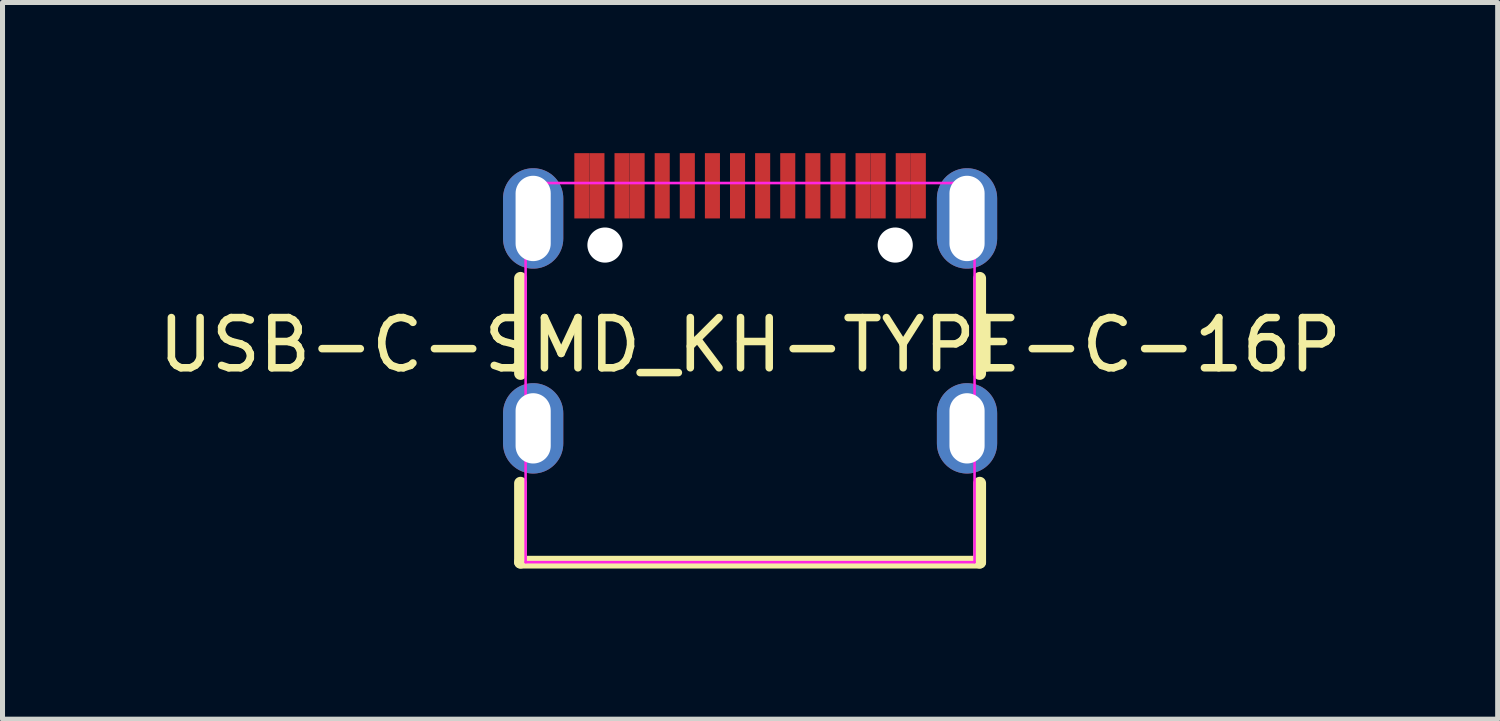
<source format=kicad_pcb>
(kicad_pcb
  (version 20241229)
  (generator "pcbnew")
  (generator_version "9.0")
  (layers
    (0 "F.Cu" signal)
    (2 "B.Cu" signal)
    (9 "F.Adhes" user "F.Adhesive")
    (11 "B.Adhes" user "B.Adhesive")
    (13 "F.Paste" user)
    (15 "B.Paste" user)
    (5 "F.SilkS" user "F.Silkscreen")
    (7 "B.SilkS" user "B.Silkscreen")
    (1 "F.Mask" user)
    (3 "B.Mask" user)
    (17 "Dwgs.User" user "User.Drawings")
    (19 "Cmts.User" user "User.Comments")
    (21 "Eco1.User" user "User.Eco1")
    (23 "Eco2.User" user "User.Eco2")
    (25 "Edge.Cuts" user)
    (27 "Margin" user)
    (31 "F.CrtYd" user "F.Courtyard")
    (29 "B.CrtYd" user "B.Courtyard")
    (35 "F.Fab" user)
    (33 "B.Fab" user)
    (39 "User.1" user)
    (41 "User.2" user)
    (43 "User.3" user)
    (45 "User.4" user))
  (footprint "USB-C-SMD_KH-TYPE-C-16P"
    (layer "F.Cu")
    (at 11.887 3.065)
    (property "Reference" "USB-C-SMD_KH-TYPE-C-16P" (at 0 0.754 0) (layer "F.SilkS") (effects (font (size 1 1) (thickness 0.15))))
    (attr through_hole)
    (fp_line (start -4.572 -0.573) (end -4.572 1.323) (stroke (width 0.254) (type solid)) (layer "F.SilkS"))
    (fp_line (start -4.572 3.507) (end -4.572 5.08) (stroke (width 0.254) (type solid)) (layer "F.SilkS"))
    (fp_line (start -4.572 5.08) (end 4.572 5.08) (stroke (width 0.254) (type solid)) (layer "F.SilkS"))
    (fp_line (start 4.572 1.323) (end 4.572 -0.573) (stroke (width 0.254) (type solid)) (layer "F.SilkS"))
    (fp_line (start 4.572 5.08) (end 4.572 3.507) (stroke (width 0.254) (type solid)) (layer "F.SilkS"))
    (fp_poly (pts (xy -3.45 -3.01) (xy -2.95 -3.01) (xy -2.95 -1.82) (xy -3.45 -1.82)) (stroke (width 0.005) (type solid)) (fill yes) (layer "F.Paste"))
    (fp_poly (pts (xy -2.65 -3.01) (xy -2.15 -3.01) (xy -2.15 -1.82) (xy -2.65 -1.82)) (stroke (width 0.005) (type solid)) (fill yes) (layer "F.Paste"))
    (fp_poly (pts (xy -1.9 -3.06) (xy -1.6 -3.06) (xy -1.6 -1.77) (xy -1.9 -1.77)) (stroke (width 0.005) (type solid)) (fill yes) (layer "F.Paste"))
    (fp_poly (pts (xy -1.4 -3.06) (xy -1.1 -3.06) (xy -1.1 -1.77) (xy -1.4 -1.77)) (stroke (width 0.005) (type solid)) (fill yes) (layer "F.Paste"))
    (fp_poly (pts (xy -0.9 -3.06) (xy -0.6 -3.06) (xy -0.6 -1.77) (xy -0.9 -1.77)) (stroke (width 0.005) (type solid)) (fill yes) (layer "F.Paste"))
    (fp_poly (pts (xy -0.4 -3.06) (xy -0.1 -3.06) (xy -0.1 -1.77) (xy -0.4 -1.77)) (stroke (width 0.005) (type solid)) (fill yes) (layer "F.Paste"))
    (fp_poly (pts (xy 0.1 -3.06) (xy 0.4 -3.06) (xy 0.4 -1.77) (xy 0.1 -1.77)) (stroke (width 0.005) (type solid)) (fill yes) (layer "F.Paste"))
    (fp_poly (pts (xy 0.6 -3.06) (xy 0.9 -3.06) (xy 0.9 -1.77) (xy 0.6 -1.77)) (stroke (width 0.005) (type solid)) (fill yes) (layer "F.Paste"))
    (fp_poly (pts (xy 1.1 -3.06) (xy 1.4 -3.06) (xy 1.4 -1.77) (xy 1.1 -1.77)) (stroke (width 0.005) (type solid)) (fill yes) (layer "F.Paste"))
    (fp_poly (pts (xy 1.6 -3.06) (xy 1.9 -3.06) (xy 1.9 -1.77) (xy 1.6 -1.77)) (stroke (width 0.005) (type solid)) (fill yes) (layer "F.Paste"))
    (fp_poly (pts (xy 2.15 -3.01) (xy 2.65 -3.01) (xy 2.65 -1.82) (xy 2.15 -1.82)) (stroke (width 0.005) (type solid)) (fill yes) (layer "F.Paste"))
    (fp_poly (pts (xy 2.95 -3.01) (xy 3.45 -3.01) (xy 3.45 -1.82) (xy 2.95 -1.82)) (stroke (width 0.005) (type solid)) (fill yes) (layer "F.Paste"))
    (fp_poly (pts (xy -4.275 -2.763) (xy -4.305 -2.765) (xy -4.335 -2.765) (xy -4.365 -2.763) (xy -4.395 -2.76) (xy -4.424 -2.756) (xy -4.454 -2.75) (xy -4.482 -2.743) (xy -4.511 -2.734) (xy -4.539 -2.724) (xy -4.567 -2.712) (xy -4.594 -2.699) (xy -4.62 -2.685) (xy -4.646 -2.669) (xy -4.67 -2.652) (xy -4.694 -2.634) (xy -4.717 -2.615) (xy -4.739 -2.595) (xy -4.76 -2.573) (xy -4.78 -2.551) (xy -4.798 -2.527) (xy -4.816 -2.503) (xy -4.832 -2.478) (xy -4.847 -2.452) (xy -4.861 -2.425) (xy -4.873 -2.398) (xy -4.884 -2.37) (xy -4.893 -2.342) (xy -4.902 -2.313) (xy -4.908 -2.284) (xy -4.913 -2.255) (xy -4.917 -2.225) (xy -4.919 -2.195) (xy -4.92 -2.165) (xy -4.92 -1.365) (xy -4.919 -1.335) (xy -4.917 -1.305) (xy -4.913 -1.276) (xy -4.908 -1.246) (xy -4.902 -1.217) (xy -4.893 -1.188) (xy -4.884 -1.16) (xy -4.873 -1.132) (xy -4.861 -1.105) (xy -4.847 -1.078) (xy -4.832 -1.052) (xy -4.816 -1.027) (xy -4.798 -1.003) (xy -4.78 -0.979) (xy -4.76 -0.957) (xy -4.739 -0.935) (xy -4.717 -0.915) (xy -4.694 -0.896) (xy -4.67 -0.878) (xy -4.646 -0.861) (xy -4.62 -0.845) (xy -4.594 -0.831) (xy -4.567 -0.818) (xy -4.539 -0.806) (xy -4.511 -0.796) (xy -4.482 -0.787) (xy -4.454 -0.78) (xy -4.424 -0.774) (xy -4.395 -0.77) (xy -4.365 -0.767) (xy -4.335 -0.765) (xy -4.305 -0.765) (xy -4.275 -0.767) (xy -4.245 -0.77) (xy -4.216 -0.774) (xy -4.186 -0.78) (xy -4.157 -0.787) (xy -4.129 -0.796) (xy -4.101 -0.806) (xy -4.073 -0.818) (xy -4.046 -0.831) (xy -4.02 -0.845) (xy -3.994 -0.861) (xy -3.97 -0.878) (xy -3.946 -0.896) (xy -3.923 -0.915) (xy -3.901 -0.935) (xy -3.88 -0.957) (xy -3.86 -0.979) (xy -3.842 -1.003) (xy -3.824 -1.027) (xy -3.808 -1.052) (xy -3.793 -1.078) (xy -3.779 -1.105) (xy -3.767 -1.132) (xy -3.756 -1.16) (xy -3.747 -1.188) (xy -3.739 -1.217) (xy -3.732 -1.246) (xy -3.727 -1.276) (xy -3.723 -1.305) (xy -3.721 -1.335) (xy -3.72 -1.365) (xy -3.72 -2.165) (xy -3.721 -2.195) (xy -3.723 -2.225) (xy -3.727 -2.255) (xy -3.732 -2.284) (xy -3.739 -2.313) (xy -3.747 -2.342) (xy -3.756 -2.37) (xy -3.767 -2.398) (xy -3.779 -2.425) (xy -3.793 -2.452) (xy -3.808 -2.478) (xy -3.824 -2.503) (xy -3.842 -2.527) (xy -3.86 -2.551) (xy -3.88 -2.573) (xy -3.901 -2.595) (xy -3.923 -2.615) (xy -3.946 -2.634) (xy -3.97 -2.652) (xy -3.994 -2.669) (xy -4.02 -2.685) (xy -4.046 -2.699) (xy -4.073 -2.712) (xy -4.101 -2.724) (xy -4.129 -2.734) (xy -4.157 -2.743) (xy -4.186 -2.75) (xy -4.216 -2.756) (xy -4.245 -2.76)) (stroke (width 0.005) (type solid)) (fill yes) (layer "F.Paste"))
    (fp_poly (pts (xy -4.275 1.517) (xy -4.305 1.515) (xy -4.335 1.515) (xy -4.365 1.517) (xy -4.395 1.52) (xy -4.424 1.524) (xy -4.454 1.53) (xy -4.482 1.538) (xy -4.511 1.546) (xy -4.539 1.556) (xy -4.567 1.568) (xy -4.594 1.581) (xy -4.62 1.595) (xy -4.646 1.611) (xy -4.67 1.628) (xy -4.694 1.646) (xy -4.717 1.665) (xy -4.739 1.685) (xy -4.76 1.707) (xy -4.78 1.729) (xy -4.798 1.753) (xy -4.816 1.777) (xy -4.832 1.802) (xy -4.847 1.828) (xy -4.861 1.855) (xy -4.873 1.882) (xy -4.884 1.91) (xy -4.893 1.938) (xy -4.902 1.967) (xy -4.908 1.996) (xy -4.913 2.026) (xy -4.917 2.055) (xy -4.919 2.085) (xy -4.92 2.115) (xy -4.92 2.715) (xy -4.919 2.745) (xy -4.917 2.775) (xy -4.913 2.804) (xy -4.908 2.834) (xy -4.902 2.863) (xy -4.893 2.892) (xy -4.884 2.92) (xy -4.873 2.948) (xy -4.861 2.975) (xy -4.847 3.002) (xy -4.832 3.028) (xy -4.816 3.053) (xy -4.798 3.077) (xy -4.78 3.101) (xy -4.76 3.123) (xy -4.739 3.144) (xy -4.717 3.165) (xy -4.694 3.184) (xy -4.67 3.202) (xy -4.646 3.219) (xy -4.62 3.235) (xy -4.594 3.249) (xy -4.567 3.262) (xy -4.539 3.274) (xy -4.511 3.284) (xy -4.482 3.293) (xy -4.454 3.3) (xy -4.424 3.306) (xy -4.395 3.31) (xy -4.365 3.313) (xy -4.335 3.315) (xy -4.305 3.315) (xy -4.275 3.313) (xy -4.245 3.31) (xy -4.216 3.306) (xy -4.186 3.3) (xy -4.157 3.293) (xy -4.129 3.284) (xy -4.101 3.274) (xy -4.073 3.262) (xy -4.046 3.249) (xy -4.02 3.235) (xy -3.994 3.219) (xy -3.97 3.202) (xy -3.946 3.184) (xy -3.923 3.165) (xy -3.901 3.144) (xy -3.88 3.123) (xy -3.86 3.101) (xy -3.842 3.077) (xy -3.824 3.053) (xy -3.808 3.028) (xy -3.793 3.002) (xy -3.779 2.975) (xy -3.767 2.948) (xy -3.756 2.92) (xy -3.747 2.892) (xy -3.739 2.863) (xy -3.732 2.834) (xy -3.727 2.804) (xy -3.723 2.775) (xy -3.721 2.745) (xy -3.72 2.715) (xy -3.72 2.115) (xy -3.721 2.085) (xy -3.723 2.055) (xy -3.727 2.026) (xy -3.732 1.996) (xy -3.739 1.967) (xy -3.747 1.938) (xy -3.756 1.91) (xy -3.767 1.882) (xy -3.779 1.855) (xy -3.793 1.828) (xy -3.808 1.802) (xy -3.824 1.777) (xy -3.842 1.753) (xy -3.86 1.729) (xy -3.88 1.707) (xy -3.901 1.685) (xy -3.923 1.665) (xy -3.946 1.646) (xy -3.97 1.628) (xy -3.994 1.611) (xy -4.02 1.595) (xy -4.046 1.581) (xy -4.073 1.568) (xy -4.101 1.556) (xy -4.129 1.546) (xy -4.157 1.538) (xy -4.186 1.53) (xy -4.216 1.524) (xy -4.245 1.52)) (stroke (width 0.005) (type solid)) (fill yes) (layer "F.Paste"))
    (fp_poly (pts (xy 4.365 -2.763) (xy 4.335 -2.765) (xy 4.305 -2.765) (xy 4.275 -2.763) (xy 4.245 -2.76) (xy 4.216 -2.756) (xy 4.186 -2.75) (xy 4.157 -2.743) (xy 4.129 -2.734) (xy 4.101 -2.724) (xy 4.073 -2.712) (xy 4.046 -2.699) (xy 4.02 -2.685) (xy 3.994 -2.669) (xy 3.97 -2.652) (xy 3.946 -2.634) (xy 3.923 -2.615) (xy 3.901 -2.595) (xy 3.88 -2.573) (xy 3.86 -2.551) (xy 3.842 -2.527) (xy 3.824 -2.503) (xy 3.808 -2.478) (xy 3.793 -2.452) (xy 3.779 -2.425) (xy 3.767 -2.398) (xy 3.756 -2.37) (xy 3.747 -2.342) (xy 3.739 -2.313) (xy 3.732 -2.284) (xy 3.727 -2.255) (xy 3.723 -2.225) (xy 3.721 -2.195) (xy 3.72 -2.165) (xy 3.72 -1.365) (xy 3.721 -1.335) (xy 3.723 -1.305) (xy 3.727 -1.276) (xy 3.732 -1.246) (xy 3.739 -1.217) (xy 3.747 -1.188) (xy 3.756 -1.16) (xy 3.767 -1.132) (xy 3.779 -1.105) (xy 3.793 -1.078) (xy 3.808 -1.052) (xy 3.824 -1.027) (xy 3.842 -1.003) (xy 3.86 -0.979) (xy 3.88 -0.957) (xy 3.901 -0.935) (xy 3.923 -0.915) (xy 3.946 -0.896) (xy 3.97 -0.878) (xy 3.994 -0.861) (xy 4.02 -0.845) (xy 4.046 -0.831) (xy 4.073 -0.818) (xy 4.101 -0.806) (xy 4.129 -0.796) (xy 4.157 -0.787) (xy 4.186 -0.78) (xy 4.216 -0.774) (xy 4.245 -0.77) (xy 4.275 -0.767) (xy 4.305 -0.765) (xy 4.335 -0.765) (xy 4.365 -0.767) (xy 4.395 -0.77) (xy 4.424 -0.774) (xy 4.454 -0.78) (xy 4.482 -0.787) (xy 4.511 -0.796) (xy 4.539 -0.806) (xy 4.567 -0.818) (xy 4.594 -0.831) (xy 4.62 -0.845) (xy 4.646 -0.861) (xy 4.67 -0.878) (xy 4.694 -0.896) (xy 4.717 -0.915) (xy 4.739 -0.935) (xy 4.76 -0.957) (xy 4.78 -0.979) (xy 4.798 -1.003) (xy 4.816 -1.027) (xy 4.832 -1.052) (xy 4.847 -1.078) (xy 4.861 -1.105) (xy 4.873 -1.132) (xy 4.884 -1.16) (xy 4.893 -1.188) (xy 4.902 -1.217) (xy 4.908 -1.246) (xy 4.913 -1.276) (xy 4.917 -1.305) (xy 4.919 -1.335) (xy 4.92 -1.365) (xy 4.92 -2.165) (xy 4.919 -2.195) (xy 4.917 -2.225) (xy 4.913 -2.255) (xy 4.908 -2.284) (xy 4.902 -2.313) (xy 4.893 -2.342) (xy 4.884 -2.37) (xy 4.873 -2.398) (xy 4.861 -2.425) (xy 4.847 -2.452) (xy 4.832 -2.478) (xy 4.816 -2.503) (xy 4.798 -2.527) (xy 4.78 -2.551) (xy 4.76 -2.573) (xy 4.739 -2.595) (xy 4.717 -2.615) (xy 4.694 -2.634) (xy 4.67 -2.652) (xy 4.646 -2.669) (xy 4.62 -2.685) (xy 4.594 -2.699) (xy 4.567 -2.712) (xy 4.539 -2.724) (xy 4.511 -2.734) (xy 4.482 -2.743) (xy 4.454 -2.75) (xy 4.424 -2.756) (xy 4.395 -2.76)) (stroke (width 0.005) (type solid)) (fill yes) (layer "F.Paste"))
    (fp_poly (pts (xy 4.365 1.517) (xy 4.335 1.515) (xy 4.305 1.515) (xy 4.275 1.517) (xy 4.245 1.52) (xy 4.216 1.524) (xy 4.186 1.53) (xy 4.157 1.538) (xy 4.129 1.546) (xy 4.101 1.556) (xy 4.073 1.568) (xy 4.046 1.581) (xy 4.02 1.595) (xy 3.994 1.611) (xy 3.97 1.628) (xy 3.946 1.646) (xy 3.923 1.665) (xy 3.901 1.685) (xy 3.88 1.707) (xy 3.86 1.729) (xy 3.842 1.753) (xy 3.824 1.777) (xy 3.808 1.802) (xy 3.793 1.828) (xy 3.779 1.855) (xy 3.767 1.882) (xy 3.756 1.91) (xy 3.747 1.938) (xy 3.739 1.967) (xy 3.732 1.996) (xy 3.727 2.026) (xy 3.723 2.055) (xy 3.721 2.085) (xy 3.72 2.115) (xy 3.72 2.715) (xy 3.721 2.745) (xy 3.723 2.775) (xy 3.727 2.804) (xy 3.732 2.834) (xy 3.739 2.863) (xy 3.747 2.892) (xy 3.756 2.92) (xy 3.767 2.948) (xy 3.779 2.975) (xy 3.793 3.002) (xy 3.808 3.028) (xy 3.824 3.053) (xy 3.842 3.077) (xy 3.86 3.101) (xy 3.88 3.123) (xy 3.901 3.144) (xy 3.923 3.165) (xy 3.946 3.184) (xy 3.97 3.202) (xy 3.994 3.219) (xy 4.02 3.235) (xy 4.046 3.249) (xy 4.073 3.262) (xy 4.101 3.274) (xy 4.129 3.284) (xy 4.157 3.293) (xy 4.186 3.3) (xy 4.216 3.306) (xy 4.245 3.31) (xy 4.275 3.313) (xy 4.305 3.315) (xy 4.335 3.315) (xy 4.365 3.313) (xy 4.395 3.31) (xy 4.424 3.306) (xy 4.454 3.3) (xy 4.482 3.293) (xy 4.511 3.284) (xy 4.539 3.274) (xy 4.567 3.262) (xy 4.594 3.249) (xy 4.62 3.235) (xy 4.646 3.219) (xy 4.67 3.202) (xy 4.694 3.184) (xy 4.717 3.165) (xy 4.739 3.144) (xy 4.76 3.123) (xy 4.78 3.101) (xy 4.798 3.077) (xy 4.816 3.053) (xy 4.832 3.028) (xy 4.847 3.002) (xy 4.861 2.975) (xy 4.873 2.948) (xy 4.884 2.92) (xy 4.893 2.892) (xy 4.902 2.863) (xy 4.908 2.834) (xy 4.913 2.804) (xy 4.917 2.775) (xy 4.919 2.745) (xy 4.92 2.715) (xy 4.92 2.115) (xy 4.919 2.085) (xy 4.917 2.055) (xy 4.913 2.026) (xy 4.908 1.996) (xy 4.902 1.967) (xy 4.893 1.938) (xy 4.884 1.91) (xy 4.873 1.882) (xy 4.861 1.855) (xy 4.847 1.828) (xy 4.832 1.802) (xy 4.816 1.777) (xy 4.798 1.753) (xy 4.78 1.729) (xy 4.76 1.707) (xy 4.739 1.685) (xy 4.717 1.665) (xy 4.694 1.646) (xy 4.67 1.628) (xy 4.646 1.611) (xy 4.62 1.595) (xy 4.594 1.581) (xy 4.567 1.568) (xy 4.539 1.556) (xy 4.511 1.546) (xy 4.482 1.538) (xy 4.454 1.53) (xy 4.424 1.524) (xy 4.395 1.52)) (stroke (width 0.005) (type solid)) (fill yes) (layer "F.Paste"))
    (fp_circle (center -2.89 -1.235) (end -2.765 -1.235) (stroke (width 0.25) (type solid)) (fill no) (layer "Dwgs.User"))
    (fp_circle (center 2.89 -1.235) (end 3.015 -1.235) (stroke (width 0.25) (type solid)) (fill no) (layer "Dwgs.User"))
    (fp_poly (pts (xy -4.47 -2.315) (xy -4.17 -2.315) (xy -4.17 -1.215) (xy -4.47 -1.215)) (stroke (width 0.005) (type solid)) (fill no) (layer "Eco2.User"))
    (fp_poly (pts (xy -4.47 2.015) (xy -4.17 2.015) (xy -4.17 2.815) (xy -4.47 2.815)) (stroke (width 0.005) (type solid)) (fill no) (layer "Eco2.User"))
    (fp_poly (pts (xy -3.402 -2.77) (xy -3.202 -2.77) (xy -3.202 -1.77) (xy -3.402 -1.77)) (stroke (width 0.005) (type solid)) (fill no) (layer "Eco2.User"))
    (fp_poly (pts (xy -3.203 -2.77) (xy -3.003 -2.77) (xy -3.003 -1.77) (xy -3.203 -1.77)) (stroke (width 0.005) (type solid)) (fill no) (layer "Eco2.User"))
    (fp_poly (pts (xy -2.602 -2.77) (xy -2.402 -2.77) (xy -2.402 -1.77) (xy -2.602 -1.77)) (stroke (width 0.005) (type solid)) (fill no) (layer "Eco2.User"))
    (fp_poly (pts (xy -2.403 -2.77) (xy -2.203 -2.77) (xy -2.203 -1.77) (xy -2.403 -1.77)) (stroke (width 0.005) (type solid)) (fill no) (layer "Eco2.User"))
    (fp_poly (pts (xy -1.85 -2.77) (xy -1.65 -2.77) (xy -1.65 -1.77) (xy -1.85 -1.77)) (stroke (width 0.005) (type solid)) (fill no) (layer "Eco2.User"))
    (fp_poly (pts (xy -1.35 -2.77) (xy -1.15 -2.77) (xy -1.15 -1.77) (xy -1.35 -1.77)) (stroke (width 0.005) (type solid)) (fill no) (layer "Eco2.User"))
    (fp_poly (pts (xy -0.85 -2.77) (xy -0.65 -2.77) (xy -0.65 -1.77) (xy -0.85 -1.77)) (stroke (width 0.005) (type solid)) (fill no) (layer "Eco2.User"))
    (fp_poly (pts (xy -0.35 -2.77) (xy -0.15 -2.77) (xy -0.15 -1.77) (xy -0.35 -1.77)) (stroke (width 0.005) (type solid)) (fill no) (layer "Eco2.User"))
    (fp_poly (pts (xy 0.15 -2.77) (xy 0.35 -2.77) (xy 0.35 -1.77) (xy 0.15 -1.77)) (stroke (width 0.005) (type solid)) (fill no) (layer "Eco2.User"))
    (fp_poly (pts (xy 0.65 -2.77) (xy 0.85 -2.77) (xy 0.85 -1.77) (xy 0.65 -1.77)) (stroke (width 0.005) (type solid)) (fill no) (layer "Eco2.User"))
    (fp_poly (pts (xy 1.15 -2.77) (xy 1.35 -2.77) (xy 1.35 -1.77) (xy 1.15 -1.77)) (stroke (width 0.005) (type solid)) (fill no) (layer "Eco2.User"))
    (fp_poly (pts (xy 1.65 -2.77) (xy 1.85 -2.77) (xy 1.85 -1.77) (xy 1.65 -1.77)) (stroke (width 0.005) (type solid)) (fill no) (layer "Eco2.User"))
    (fp_poly (pts (xy 2.198 -2.77) (xy 2.398 -2.77) (xy 2.398 -1.77) (xy 2.198 -1.77)) (stroke (width 0.005) (type solid)) (fill no) (layer "Eco2.User"))
    (fp_poly (pts (xy 2.397 -2.77) (xy 2.597 -2.77) (xy 2.597 -1.77) (xy 2.397 -1.77)) (stroke (width 0.005) (type solid)) (fill no) (layer "Eco2.User"))
    (fp_poly (pts (xy 3.001 -2.77) (xy 3.201 -2.77) (xy 3.201 -1.77) (xy 3.001 -1.77)) (stroke (width 0.005) (type solid)) (fill no) (layer "Eco2.User"))
    (fp_poly (pts (xy 3.199 -2.77) (xy 3.399 -2.77) (xy 3.399 -1.77) (xy 3.199 -1.77)) (stroke (width 0.005) (type solid)) (fill no) (layer "Eco2.User"))
    (fp_poly (pts (xy 4.17 -2.315) (xy 4.47 -2.315) (xy 4.47 -1.215) (xy 4.17 -1.215)) (stroke (width 0.005) (type solid)) (fill no) (layer "Eco2.User"))
    (fp_poly (pts (xy 4.17 2.015) (xy 4.47 2.015) (xy 4.47 2.815) (xy 4.17 2.815)) (stroke (width 0.005) (type solid)) (fill no) (layer "Eco2.User"))
    (fp_poly (pts (xy -4.41 -2.77) (xy -4.411 -2.782) (xy -4.415 -2.793) (xy -4.42 -2.803) (xy -4.428 -2.812) (xy -4.437 -2.82) (xy -4.447 -2.825) (xy -4.458 -2.829) (xy -4.47 -2.83) (xy -4.482 -2.829) (xy -4.493 -2.825) (xy -4.503 -2.82) (xy -4.513 -2.812) (xy -4.52 -2.803) (xy -4.526 -2.793) (xy -4.529 -2.782) (xy -4.53 -2.77) (xy -4.529 -2.758) (xy -4.526 -2.747) (xy -4.52 -2.737) (xy -4.513 -2.728) (xy -4.503 -2.72) (xy -4.493 -2.715) (xy -4.482 -2.711) (xy -4.47 -2.71) (xy -4.458 -2.711) (xy -4.447 -2.715) (xy -4.437 -2.72) (xy -4.428 -2.728) (xy -4.42 -2.737) (xy -4.415 -2.747) (xy -4.411 -2.758)) (stroke (width 0.005) (type solid)) (fill no) (layer "Eco2.User"))
    (fp_line (start -4.47 -2.47) (end 4.47 -2.47) (stroke (width 0.051) (type solid)) (layer "F.CrtYd"))
    (fp_line (start -4.47 5.08) (end -4.47 -2.47) (stroke (width 0.051) (type solid)) (layer "F.CrtYd"))
    (fp_line (start 4.47 -2.47) (end 4.47 5.08) (stroke (width 0.051) (type solid)) (layer "F.CrtYd"))
    (fp_line (start 4.47 5.08) (end -4.47 5.08) (stroke (width 0.051) (type solid)) (layer "F.CrtYd"))
    (pad "" np_thru_hole circle (at -2.89 -1.235) (size 0.7 0.7) (drill 0.7) (layers "*.Cu" "*.Mask"))
    (pad "" np_thru_hole circle (at 2.89 -1.235) (size 0.7 0.7) (drill 0.7) (layers "*.Cu" "*.Mask"))
    (pad "1" thru_hole oval (at -4.32 -1.765) (size 1.2 2) (drill oval 0.7 1.7 (offset 0 -0.0002)) (layers "*.Cu" "*.Mask"))
    (pad "2" thru_hole oval (at 4.32 -1.765) (size 1.2 2) (drill oval 0.7 1.7 (offset -0.0001 -0.0002)) (layers "*.Cu" "*.Mask"))
    (pad "3" thru_hole oval (at -4.32 2.415) (size 1.2 1.8) (drill oval 0.7 1.4 (offset 0 -0.0001)) (layers "*.Cu" "*.Mask"))
    (pad "4" thru_hole oval (at 4.32 2.415) (size 1.2 1.8) (drill oval 0.7 1.4 (offset -0.0001 -0.0001)) (layers "*.Cu" "*.Mask"))
    (pad "A1" smd rect (at -3.35 -2.415) (size 0.3 1.3) (layers "F.Cu" "F.Mask" "F.Paste"))
    (pad "A4" smd rect (at -2.55 -2.415) (size 0.3 1.3) (layers "F.Cu" "F.Mask" "F.Paste"))
    (pad "A5" smd rect (at -1.25 -2.415) (size 0.3 1.3) (layers "F.Cu" "F.Mask" "F.Paste"))
    (pad "A6" smd rect (at -0.25 -2.415) (size 0.3 1.3) (layers "F.Cu" "F.Mask" "F.Paste"))
    (pad "A7" smd rect (at 0.25 -2.415) (size 0.3 1.3) (layers "F.Cu" "F.Mask" "F.Paste"))
    (pad "A8" smd rect (at 1.25 -2.415) (size 0.3 1.3) (layers "F.Cu" "F.Mask" "F.Paste"))
    (pad "A9" smd rect (at 2.55 -2.415) (size 0.3 1.3) (layers "F.Cu" "F.Mask" "F.Paste"))
    (pad "A12" smd rect (at 3.35 -2.415) (size 0.3 1.3) (layers "F.Cu" "F.Mask" "F.Paste"))
    (pad "B1" smd rect (at 3.05 -2.415) (size 0.3 1.3) (layers "F.Cu" "F.Mask" "F.Paste"))
    (pad "B4" smd rect (at 2.25 -2.415) (size 0.3 1.3) (layers "F.Cu" "F.Mask" "F.Paste"))
    (pad "B5" smd rect (at 1.75 -2.415) (size 0.3 1.3) (layers "F.Cu" "F.Mask" "F.Paste"))
    (pad "B6" smd rect (at 0.75 -2.415) (size 0.3 1.3) (layers "F.Cu" "F.Mask" "F.Paste"))
    (pad "B7" smd rect (at -0.75 -2.415) (size 0.3 1.3) (layers "F.Cu" "F.Mask" "F.Paste"))
    (pad "B8" smd rect (at -1.75 -2.415) (size 0.3 1.3) (layers "F.Cu" "F.Mask" "F.Paste"))
    (pad "B9" smd rect (at -2.25 -2.415) (size 0.3 1.3) (layers "F.Cu" "F.Mask" "F.Paste"))
    (pad "B12" smd rect (at -3.05 -2.415) (size 0.3 1.3) (layers "F.Cu" "F.Mask" "F.Paste")))
  (gr_rect
    (start -3 -3)
    (end 26.774 11.272)
    (stroke (width 0.1) (type default))
    (fill no)
    (layer "Edge.Cuts")))
</source>
